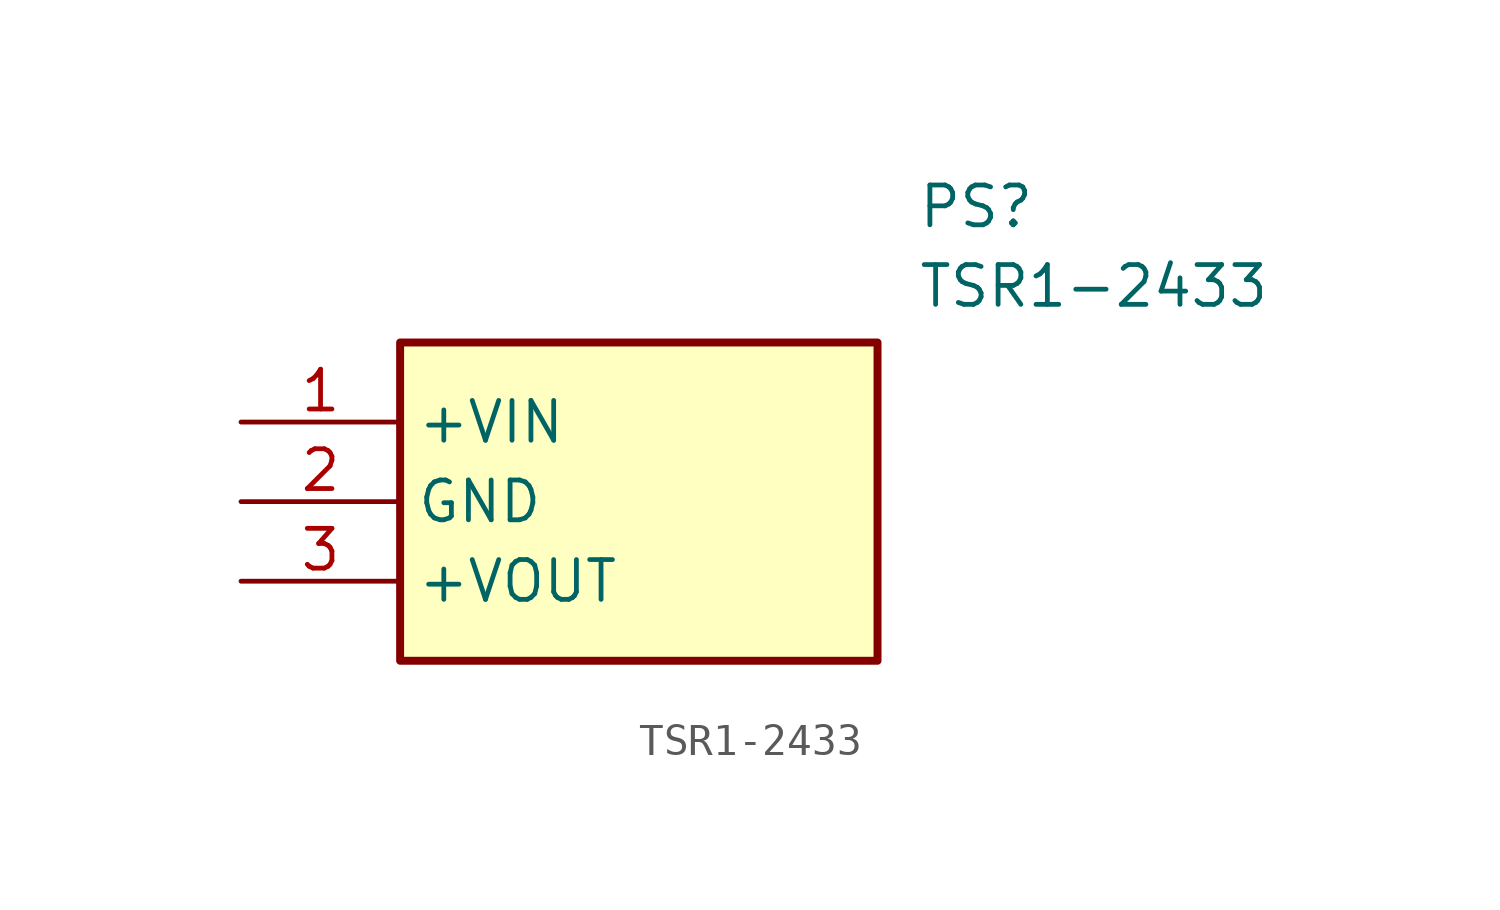
<source format=kicad_sym>
(kicad_symbol_lib
  (version 20211014)
  (generator SamacSys_ECAD_Model)
  (symbol "TSR1-2433"
    (property "Reference" "PS"
      (at 21.59 7.62 0)
      (effects (font (size 1.27 1.27)) (justify left top)))
    (property "Value" "TSR1-2433"
      (at 21.59 5.08 0)
      (effects (font (size 1.27 1.27)) (justify left top)))
    (rectangle
      (start 5.08 2.54)
      (end 20.32 -7.62)
      (stroke (width 0.254) (type default))
      (fill (type background)))
    (pin passive line
      (at 0 0 0)
      (length 5.08)
      (name "+VIN" (effects (font (size 1.27 1.27))))
      (number "1" (effects (font (size 1.27 1.27)))))
    (pin passive line
      (at 0 -2.54 0)
      (length 5.08)
      (name "GND" (effects (font (size 1.27 1.27))))
      (number "2" (effects (font (size 1.27 1.27)))))
    (pin passive line
      (at 0 -5.08 0)
      (length 5.08)
      (name "+VOUT" (effects (font (size 1.27 1.27))))
      (number "3" (effects (font (size 1.27 1.27)))))))
</source>
